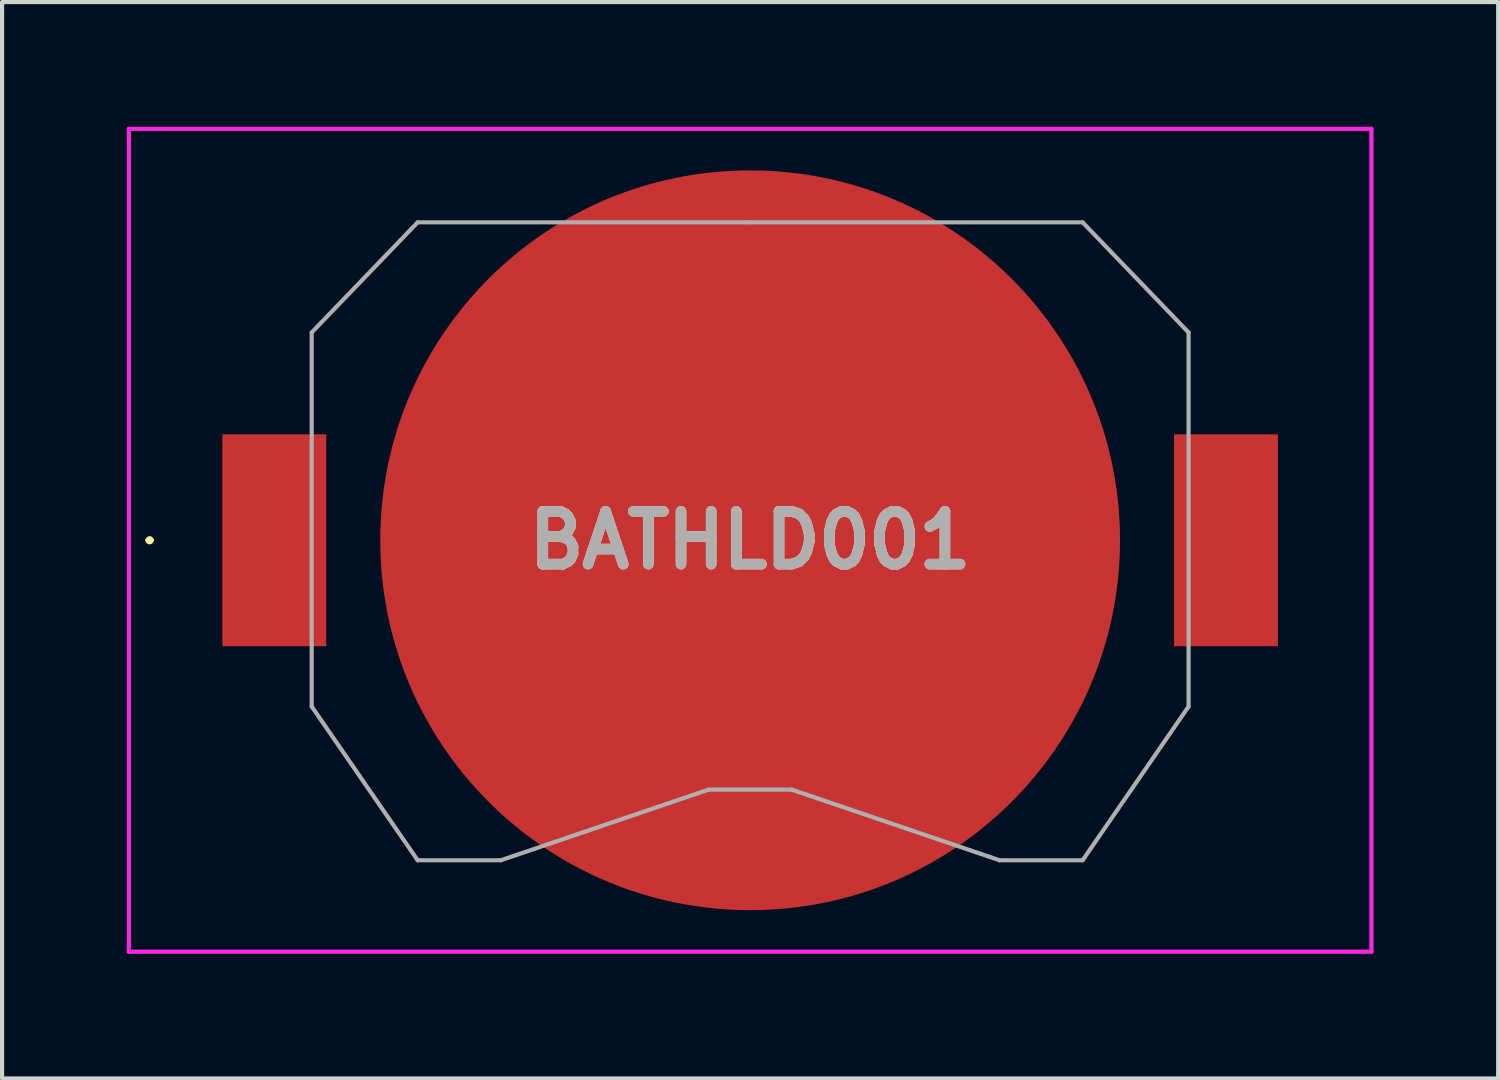
<source format=kicad_pcb>
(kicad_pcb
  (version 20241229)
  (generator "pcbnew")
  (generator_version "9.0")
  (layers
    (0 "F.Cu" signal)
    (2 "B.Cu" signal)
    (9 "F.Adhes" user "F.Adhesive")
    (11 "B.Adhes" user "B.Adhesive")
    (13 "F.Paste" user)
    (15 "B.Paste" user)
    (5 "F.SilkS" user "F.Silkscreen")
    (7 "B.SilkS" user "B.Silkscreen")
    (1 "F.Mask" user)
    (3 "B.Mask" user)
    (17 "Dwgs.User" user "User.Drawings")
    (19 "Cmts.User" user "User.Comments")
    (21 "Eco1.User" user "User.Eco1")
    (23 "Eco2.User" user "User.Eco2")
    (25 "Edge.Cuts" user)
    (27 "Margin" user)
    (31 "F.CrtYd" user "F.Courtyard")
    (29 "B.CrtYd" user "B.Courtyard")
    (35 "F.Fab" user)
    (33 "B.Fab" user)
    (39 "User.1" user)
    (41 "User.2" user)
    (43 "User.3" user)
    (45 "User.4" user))
  (footprint "BATHLD001"
    (layer "F.Cu")
    (at 15 9.95)
    (property "Reference" "BATHLD001" (at 0 0 0) (layer "F.SilkS") (effects (font (size 1.27 1.27) (thickness 0.254))))
    (attr smd)
    (fp_line (start -14.5 0) (end -14.5 0) (stroke (width 0.1) (type solid)) (layer "F.SilkS"))
    (fp_line (start -14.4 0) (end -14.4 0) (stroke (width 0.1) (type solid)) (layer "F.SilkS"))
    (fp_arc (start -14.5 0) (mid -14.45 -0.05) (end -14.4 0) (stroke (width 0.1) (type solid)) (layer "F.SilkS"))
    (fp_arc (start -14.4 0) (mid -14.45 0.05) (end -14.5 0) (stroke (width 0.1) (type solid)) (layer "F.SilkS"))
    (fp_line (start -14.95 -9.9) (end -14.95 9.9) (stroke (width 0.1) (type solid)) (layer "F.CrtYd"))
    (fp_line (start -14.95 9.9) (end 14.95 9.9) (stroke (width 0.1) (type solid)) (layer "F.CrtYd"))
    (fp_line (start 14.95 -9.9) (end -14.95 -9.9) (stroke (width 0.1) (type solid)) (layer "F.CrtYd"))
    (fp_line (start 14.95 9.9) (end 14.95 -9.9) (stroke (width 0.1) (type solid)) (layer "F.CrtYd"))
    (fp_line (start -10.55 -5) (end -10.55 4) (stroke (width 0.1) (type solid)) (layer "F.Fab"))
    (fp_line (start -10.55 4) (end -8 7.7) (stroke (width 0.1) (type solid)) (layer "F.Fab"))
    (fp_line (start -8 -7.65) (end -10.55 -5) (stroke (width 0.1) (type solid)) (layer "F.Fab"))
    (fp_line (start -8 7.7) (end -6 7.7) (stroke (width 0.1) (type solid)) (layer "F.Fab"))
    (fp_line (start -6 7.7) (end -1 6) (stroke (width 0.1) (type solid)) (layer "F.Fab"))
    (fp_line (start -1 6) (end 1 6) (stroke (width 0.1) (type solid)) (layer "F.Fab"))
    (fp_line (start 0 -7.65) (end -8 -7.65) (stroke (width 0.1) (type solid)) (layer "F.Fab"))
    (fp_line (start 1 6) (end 6 7.7) (stroke (width 0.1) (type solid)) (layer "F.Fab"))
    (fp_line (start 6 7.7) (end 8 7.7) (stroke (width 0.1) (type solid)) (layer "F.Fab"))
    (fp_line (start 8 -7.65) (end 0 -7.65) (stroke (width 0.1) (type solid)) (layer "F.Fab"))
    (fp_line (start 8 7.7) (end 10.55 4) (stroke (width 0.1) (type solid)) (layer "F.Fab"))
    (fp_line (start 10.55 -5) (end 8 -7.65) (stroke (width 0.1) (type solid)) (layer "F.Fab"))
    (fp_line (start 10.55 4) (end 10.55 -5) (stroke (width 0.1) (type solid)) (layer "F.Fab"))
    (fp_text user "${REFERENCE}" (at 0 0 0) (layer "F.Fab") (effects (font (size 1.27 1.27) (thickness 0.254))))
    (pad "1" smd rect (at -11.45 0) (size 2.5 5.1) (layers "F.Cu" "F.Mask" "F.Paste"))
    (pad "2" smd rect (at 11.45 0) (size 2.5 5.1) (layers "F.Cu" "F.Mask" "F.Paste"))
    (pad "3" smd circle (at 0 0 90) (size 17.8 17.8) (layers "F.Cu" "F.Mask" "F.Paste")))
  (gr_rect
    (start -3 -3)
    (end 33 22.9)
    (stroke (width 0.1) (type default))
    (fill no)
    (layer "Edge.Cuts")))
</source>
